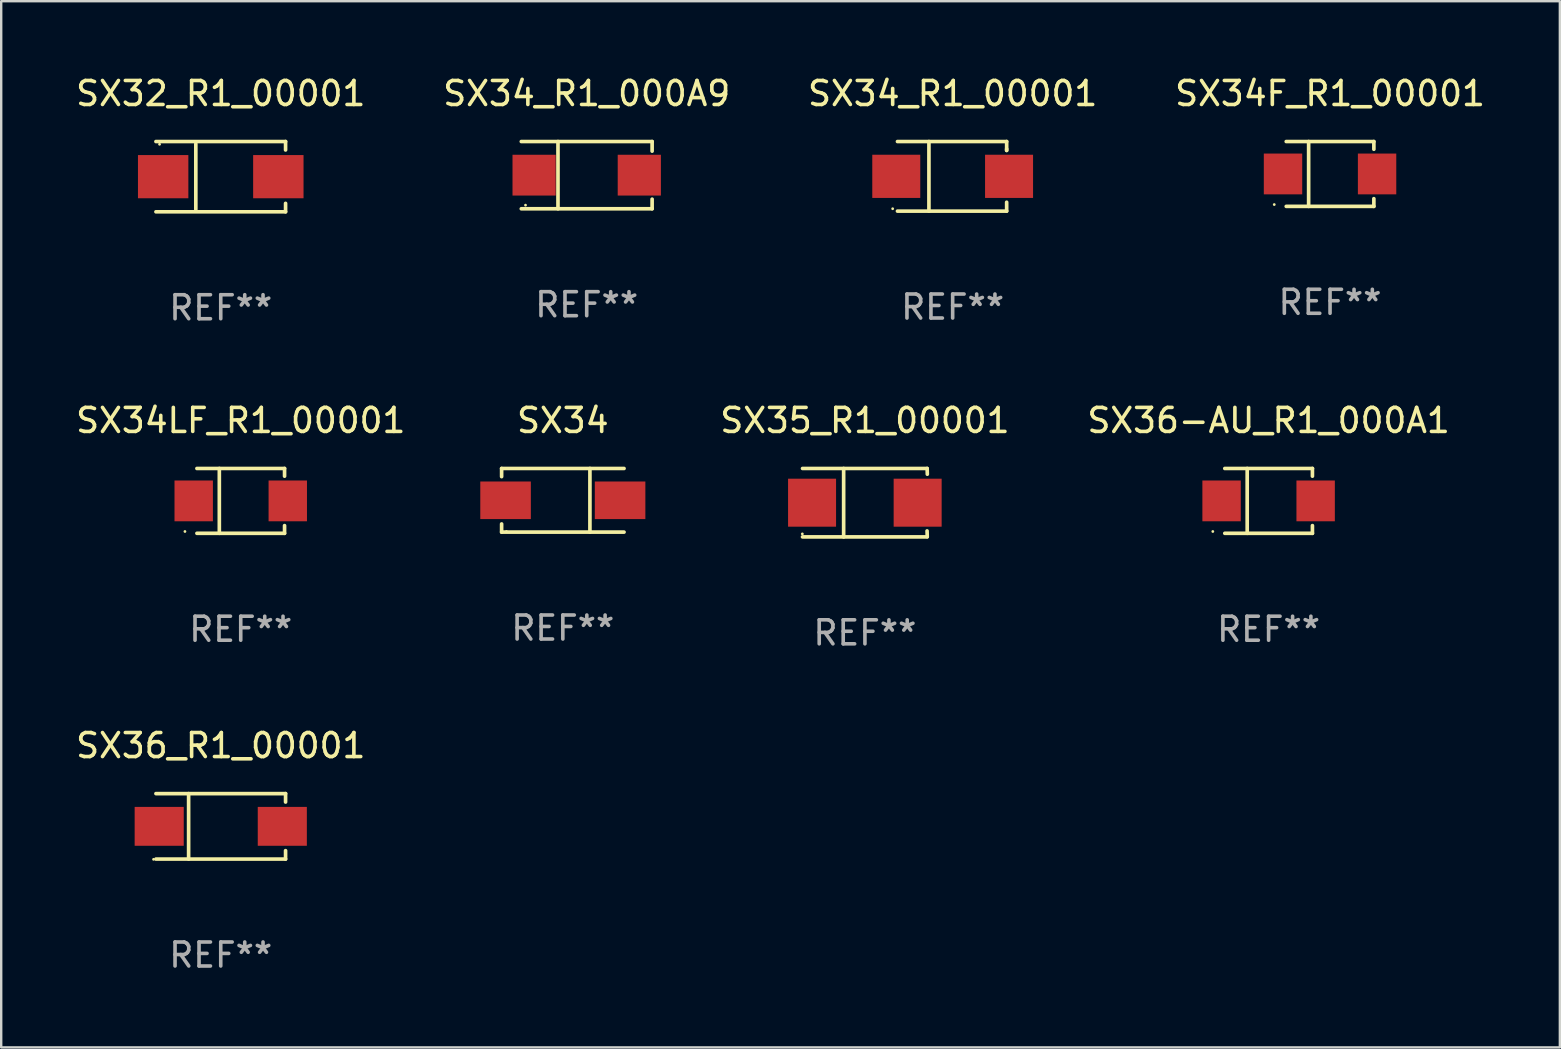
<source format=kicad_pcb>
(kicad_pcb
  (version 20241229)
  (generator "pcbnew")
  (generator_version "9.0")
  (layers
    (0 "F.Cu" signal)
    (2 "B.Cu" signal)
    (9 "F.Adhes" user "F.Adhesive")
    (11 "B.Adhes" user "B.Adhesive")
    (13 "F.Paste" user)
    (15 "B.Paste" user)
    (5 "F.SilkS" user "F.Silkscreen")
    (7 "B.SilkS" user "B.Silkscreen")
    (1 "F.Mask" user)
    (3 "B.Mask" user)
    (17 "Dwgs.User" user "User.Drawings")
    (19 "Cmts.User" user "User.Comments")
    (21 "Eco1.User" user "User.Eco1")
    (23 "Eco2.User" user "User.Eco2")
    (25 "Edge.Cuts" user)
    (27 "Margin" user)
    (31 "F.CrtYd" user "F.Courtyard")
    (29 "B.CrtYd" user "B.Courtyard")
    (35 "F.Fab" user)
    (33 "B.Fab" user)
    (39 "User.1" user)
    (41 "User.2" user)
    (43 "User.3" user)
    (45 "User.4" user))
  (footprint "SX34"
    (layer "F.Cu")
    (at 20.404 17.798)
    (property "Reference" "SX34" (at 0 -3.326 0) (layer "F.SilkS") (effects (font (size 1 1) (thickness 0.15))))
    (attr through_hole)
    (fp_line (start -2.551 -1.326) (end -2.551 -0.986) (stroke (width 0.152) (type solid)) (layer "F.SilkS"))
    (fp_line (start -2.551 1.326) (end -2.551 0.986) (stroke (width 0.152) (type solid)) (layer "F.SilkS"))
    (fp_line (start 1.129 1.326) (end 1.129 -1.326) (stroke (width 0.152) (type solid)) (layer "F.SilkS"))
    (fp_line (start 2.551 -1.326) (end -2.551 -1.326) (stroke (width 0.152) (type solid)) (layer "F.SilkS"))
    (fp_line (start 2.551 1.326) (end -2.551 1.326) (stroke (width 0.152) (type solid)) (layer "F.SilkS"))
    (fp_circle (center -2.35 1.3) (end -2.32 1.3) (stroke (width 0.06) (type solid)) (fill no) (layer "F.SilkS"))
    (fp_text user "REF**" (at 0 5.326 0) (layer "F.Fab") (effects (font (size 1 1) (thickness 0.15))))
    (pad "1" smd rect (at -2.386 0) (size 2.107 1.566) (layers "F.Cu" "F.Mask" "F.Paste"))
    (pad "2" smd rect (at 2.386 0) (size 2.107 1.566) (layers "F.Cu" "F.Mask" "F.Paste")))
  (footprint "SX36_R1_00001"
    (layer "F.Cu")
    (at 6.149 31.385)
    (property "Reference" "SX36_R1_00001" (at 0 -3.364 0) (layer "F.SilkS") (effects (font (size 1 1) (thickness 0.15))))
    (attr through_hole)
    (fp_line (start -2.701 -1.364) (end 2.701 -1.364) (stroke (width 0.152) (type solid)) (layer "F.SilkS"))
    (fp_line (start -2.701 1.364) (end 2.701 1.364) (stroke (width 0.152) (type solid)) (layer "F.SilkS"))
    (fp_line (start -1.339 -1.364) (end -1.339 1.364) (stroke (width 0.152) (type solid)) (layer "F.SilkS"))
    (fp_line (start 2.701 -1.364) (end 2.701 -1.013) (stroke (width 0.152) (type solid)) (layer "F.SilkS"))
    (fp_line (start 2.701 1.364) (end 2.701 1.013) (stroke (width 0.152) (type solid)) (layer "F.SilkS"))
    (fp_circle (center -2.8 1.375) (end -2.77 1.375) (stroke (width 0.06) (type solid)) (fill no) (layer "F.SilkS"))
    (fp_text user "REF**" (at 0 5.364 0) (layer "F.Fab") (effects (font (size 1 1) (thickness 0.15))))
    (pad "1" smd rect (at -2.565 -0.000025) (size 2.046 1.62) (layers "F.Cu" "F.Mask" "F.Paste"))
    (pad "2" smd rect (at 2.565 -0.000025) (size 2.046 1.62) (layers "F.Cu" "F.Mask" "F.Paste")))
  (footprint "SX34_R1_00001"
    (layer "F.Cu")
    (at 36.649 4.298)
    (property "Reference" "SX34_R1_00001" (at 0 -3.45 0) (layer "F.SilkS") (effects (font (size 1 1) (thickness 0.15))))
    (attr through_hole)
    (fp_line (start -2.3 -1.45) (end 2.25 -1.45) (stroke (width 0.152) (type solid)) (layer "F.SilkS"))
    (fp_line (start -0.989 -1.45) (end -0.989 1.45) (stroke (width 0.152) (type solid)) (layer "F.SilkS"))
    (fp_line (start 2.25 -1.45) (end 2.25 -1.08) (stroke (width 0.152) (type solid)) (layer "F.SilkS"))
    (fp_line (start 2.25 -1.08) (end 2.25 -1.142) (stroke (width 0.152) (type solid)) (layer "F.SilkS"))
    (fp_line (start 2.25 1.45) (end -2.3 1.45) (stroke (width 0.152) (type solid)) (layer "F.SilkS"))
    (fp_line (start 2.25 1.45) (end 2.25 1.08) (stroke (width 0.152) (type solid)) (layer "F.SilkS"))
    (fp_circle (center -2.5 1.35) (end -2.47 1.35) (stroke (width 0.06) (type solid)) (fill no) (layer "F.SilkS"))
    (fp_text user "REF**" (at 0 5.45 0) (layer "F.Fab") (effects (font (size 1 1) (thickness 0.15))))
    (pad "1" smd rect (at -2.35 0.000025) (size 2 1.8) (layers "F.Cu" "F.Mask" "F.Paste"))
    (pad "2" smd rect (at 2.35 0.000025) (size 2 1.8) (layers "F.Cu" "F.Mask" "F.Paste")))
  (footprint "SX35_R1_00001"
    (layer "F.Cu")
    (at 32.993 17.898)
    (property "Reference" "SX35_R1_00001" (at 0 -3.426 0) (layer "F.SilkS") (effects (font (size 1 1) (thickness 0.15))))
    (attr through_hole)
    (fp_line (start -2.6 -1.426) (end 2.593 -1.426) (stroke (width 0.152) (type solid)) (layer "F.SilkS"))
    (fp_line (start -2.6 1.426) (end 2.593 1.426) (stroke (width 0.152) (type solid)) (layer "F.SilkS"))
    (fp_line (start -0.887 -1.426) (end -0.887 1.426) (stroke (width 0.152) (type solid)) (layer "F.SilkS"))
    (fp_line (start 2.59 1.176) (end 2.597 1.415) (stroke (width 0.152) (type solid)) (layer "F.SilkS"))
    (fp_line (start 2.593 -1.426) (end 2.6 -1.187) (stroke (width 0.152) (type solid)) (layer "F.SilkS"))
    (fp_circle (center -2.608 1.3) (end -2.578 1.3) (stroke (width 0.06) (type solid)) (fill no) (layer "F.SilkS"))
    (fp_text user "REF**" (at 0 5.426 0) (layer "F.Fab") (effects (font (size 1 1) (thickness 0.15))))
    (pad "1" smd rect (at -2.203 0 180) (size 2 2) (layers "F.Cu" "F.Mask" "F.Paste"))
    (pad "2" smd rect (at 2.197 0 180) (size 2 2) (layers "F.Cu" "F.Mask" "F.Paste")))
  (footprint "SX34F_R1_00001"
    (layer "F.Cu")
    (at 52.375 4.199)
    (property "Reference" "SX34F_R1_00001" (at 0 -3.351 0) (layer "F.SilkS") (effects (font (size 1 1) (thickness 0.15))))
    (attr through_hole)
    (fp_line (start -1.826 -1.351) (end 1.826 -1.351) (stroke (width 0.152) (type solid)) (layer "F.SilkS"))
    (fp_line (start -1.826 1.351) (end 1.826 1.351) (stroke (width 0.152) (type solid)) (layer "F.SilkS"))
    (fp_line (start -0.892 -1.351) (end -0.892 1.351) (stroke (width 0.152) (type solid)) (layer "F.SilkS"))
    (fp_line (start 1.826 -1.351) (end 1.826 -1.03) (stroke (width 0.152) (type solid)) (layer "F.SilkS"))
    (fp_line (start 1.826 1.03) (end 1.826 1.351) (stroke (width 0.152) (type solid)) (layer "F.SilkS"))
    (fp_circle (center -2.325 1.275) (end -2.295 1.275) (stroke (width 0.06) (type solid)) (fill no) (layer "F.SilkS"))
    (fp_text user "REF**" (at 0 5.351 0) (layer "F.Fab") (effects (font (size 1 1) (thickness 0.15))))
    (pad "1" smd rect (at -1.96 0 180) (size 1.6 1.7) (layers "F.Cu" "F.Mask" "F.Paste"))
    (pad "2" smd rect (at 1.96 0 180) (size 1.6 1.7) (layers "F.Cu" "F.Mask" "F.Paste")))
  (footprint "SX34_R1_000A9"
    (layer "F.Cu")
    (at 21.399 4.249)
    (property "Reference" "SX34_R1_000A9" (at 0 -3.401 0) (layer "F.SilkS") (effects (font (size 1 1) (thickness 0.15))))
    (attr through_hole)
    (fp_line (start -2.726 -1.401) (end 2.726 -1.401) (stroke (width 0.152) (type solid)) (layer "F.SilkS"))
    (fp_line (start -2.726 1.401) (end 2.726 1.401) (stroke (width 0.152) (type solid)) (layer "F.SilkS"))
    (fp_line (start -1.197 -1.401) (end -1.197 1.401) (stroke (width 0.152) (type solid)) (layer "F.SilkS"))
    (fp_line (start 2.726 -1.401) (end 2.726 -1) (stroke (width 0.152) (type solid)) (layer "F.SilkS"))
    (fp_line (start 2.726 1.401) (end 2.726 1) (stroke (width 0.152) (type solid)) (layer "F.SilkS"))
    (fp_circle (center -2.55 1.25) (end -2.52 1.25) (stroke (width 0.06) (type solid)) (fill no) (layer "F.SilkS"))
    (fp_text user "REF**" (at 0 5.401 0) (layer "F.Fab") (effects (font (size 1 1) (thickness 0.15))))
    (pad "1" smd rect (at -2.192 0) (size 1.8 1.7) (layers "F.Cu" "F.Mask" "F.Paste"))
    (pad "2" smd rect (at 2.192 0) (size 1.8 1.7) (layers "F.Cu" "F.Mask" "F.Paste")))
  (footprint "SX34LF_R1_00001"
    (layer "F.Cu")
    (at 6.982 17.823)
    (property "Reference" "SX34LF_R1_00001" (at 0 -3.351 0) (layer "F.SilkS") (effects (font (size 1 1) (thickness 0.15))))
    (attr through_hole)
    (fp_line (start -1.826 -1.351) (end 1.826 -1.351) (stroke (width 0.152) (type solid)) (layer "F.SilkS"))
    (fp_line (start -1.826 1.351) (end 1.826 1.351) (stroke (width 0.152) (type solid)) (layer "F.SilkS"))
    (fp_line (start -0.892 -1.351) (end -0.892 1.351) (stroke (width 0.152) (type solid)) (layer "F.SilkS"))
    (fp_line (start 1.826 -1.351) (end 1.826 -1.03) (stroke (width 0.152) (type solid)) (layer "F.SilkS"))
    (fp_line (start 1.826 1.03) (end 1.826 1.351) (stroke (width 0.152) (type solid)) (layer "F.SilkS"))
    (fp_circle (center -2.325 1.275) (end -2.295 1.275) (stroke (width 0.06) (type solid)) (fill no) (layer "F.SilkS"))
    (fp_text user "REF**" (at 0 5.351 0) (layer "F.Fab") (effects (font (size 1 1) (thickness 0.15))))
    (pad "1" smd rect (at -1.96 0 180) (size 1.6 1.7) (layers "F.Cu" "F.Mask" "F.Paste"))
    (pad "2" smd rect (at 1.96 0 180) (size 1.6 1.7) (layers "F.Cu" "F.Mask" "F.Paste")))
  (footprint "SX32_R1_00001"
    (layer "F.Cu")
    (at 6.149 4.312)
    (property "Reference" "SX32_R1_00001" (at 0 -3.464 0) (layer "F.SilkS") (effects (font (size 1 1) (thickness 0.15))))
    (attr through_hole)
    (fp_line (start -2.701 -1.464) (end 2.701 -1.464) (stroke (width 0.152) (type solid)) (layer "F.SilkS"))
    (fp_line (start -2.701 1.464) (end 2.701 1.464) (stroke (width 0.152) (type solid)) (layer "F.SilkS"))
    (fp_line (start -1.039 -1.364) (end -1.039 1.364) (stroke (width 0.152) (type solid)) (layer "F.SilkS"))
    (fp_line (start 2.701 -1.464) (end 2.701 -1.113) (stroke (width 0.152) (type solid)) (layer "F.SilkS"))
    (fp_line (start 2.701 1.464) (end 2.701 1.113) (stroke (width 0.152) (type solid)) (layer "F.SilkS"))
    (fp_circle (center -2.55 -1.35) (end -2.52 -1.35) (stroke (width 0.06) (type solid)) (fill no) (layer "F.SilkS"))
    (fp_text user "REF**" (at 0 5.464 0) (layer "F.Fab") (effects (font (size 1 1) (thickness 0.15))))
    (pad "1" smd rect (at -2.4 0) (size 2.1 1.8) (layers "F.Cu" "F.Mask" "F.Paste"))
    (pad "2" smd rect (at 2.4 0) (size 2.1 1.8) (layers "F.Cu" "F.Mask" "F.Paste")))
  (footprint "SX36-AU_R1_000A1"
    (layer "F.Cu")
    (at 49.815 17.823)
    (property "Reference" "SX36-AU_R1_000A1" (at 0 -3.351 0) (layer "F.SilkS") (effects (font (size 1 1) (thickness 0.15))))
    (attr through_hole)
    (fp_line (start -1.826 -1.351) (end 1.826 -1.351) (stroke (width 0.152) (type solid)) (layer "F.SilkS"))
    (fp_line (start -1.826 1.351) (end 1.826 1.351) (stroke (width 0.152) (type solid)) (layer "F.SilkS"))
    (fp_line (start -0.892 -1.351) (end -0.892 1.351) (stroke (width 0.152) (type solid)) (layer "F.SilkS"))
    (fp_line (start 1.826 -1.351) (end 1.826 -1.03) (stroke (width 0.152) (type solid)) (layer "F.SilkS"))
    (fp_line (start 1.826 1.03) (end 1.826 1.351) (stroke (width 0.152) (type solid)) (layer "F.SilkS"))
    (fp_circle (center -2.325 1.275) (end -2.295 1.275) (stroke (width 0.06) (type solid)) (fill no) (layer "F.SilkS"))
    (fp_text user "REF**" (at 0 5.351 0) (layer "F.Fab") (effects (font (size 1 1) (thickness 0.15))))
    (pad "1" smd rect (at -1.96 0 180) (size 1.6 1.7) (layers "F.Cu" "F.Mask" "F.Paste"))
    (pad "2" smd rect (at 1.96 0 180) (size 1.6 1.7) (layers "F.Cu" "F.Mask" "F.Paste")))
  (gr_rect
    (start -3 -3)
    (end 61.952 40.597)
    (stroke (width 0.1) (type default))
    (fill no)
    (layer "Edge.Cuts")))
</source>
